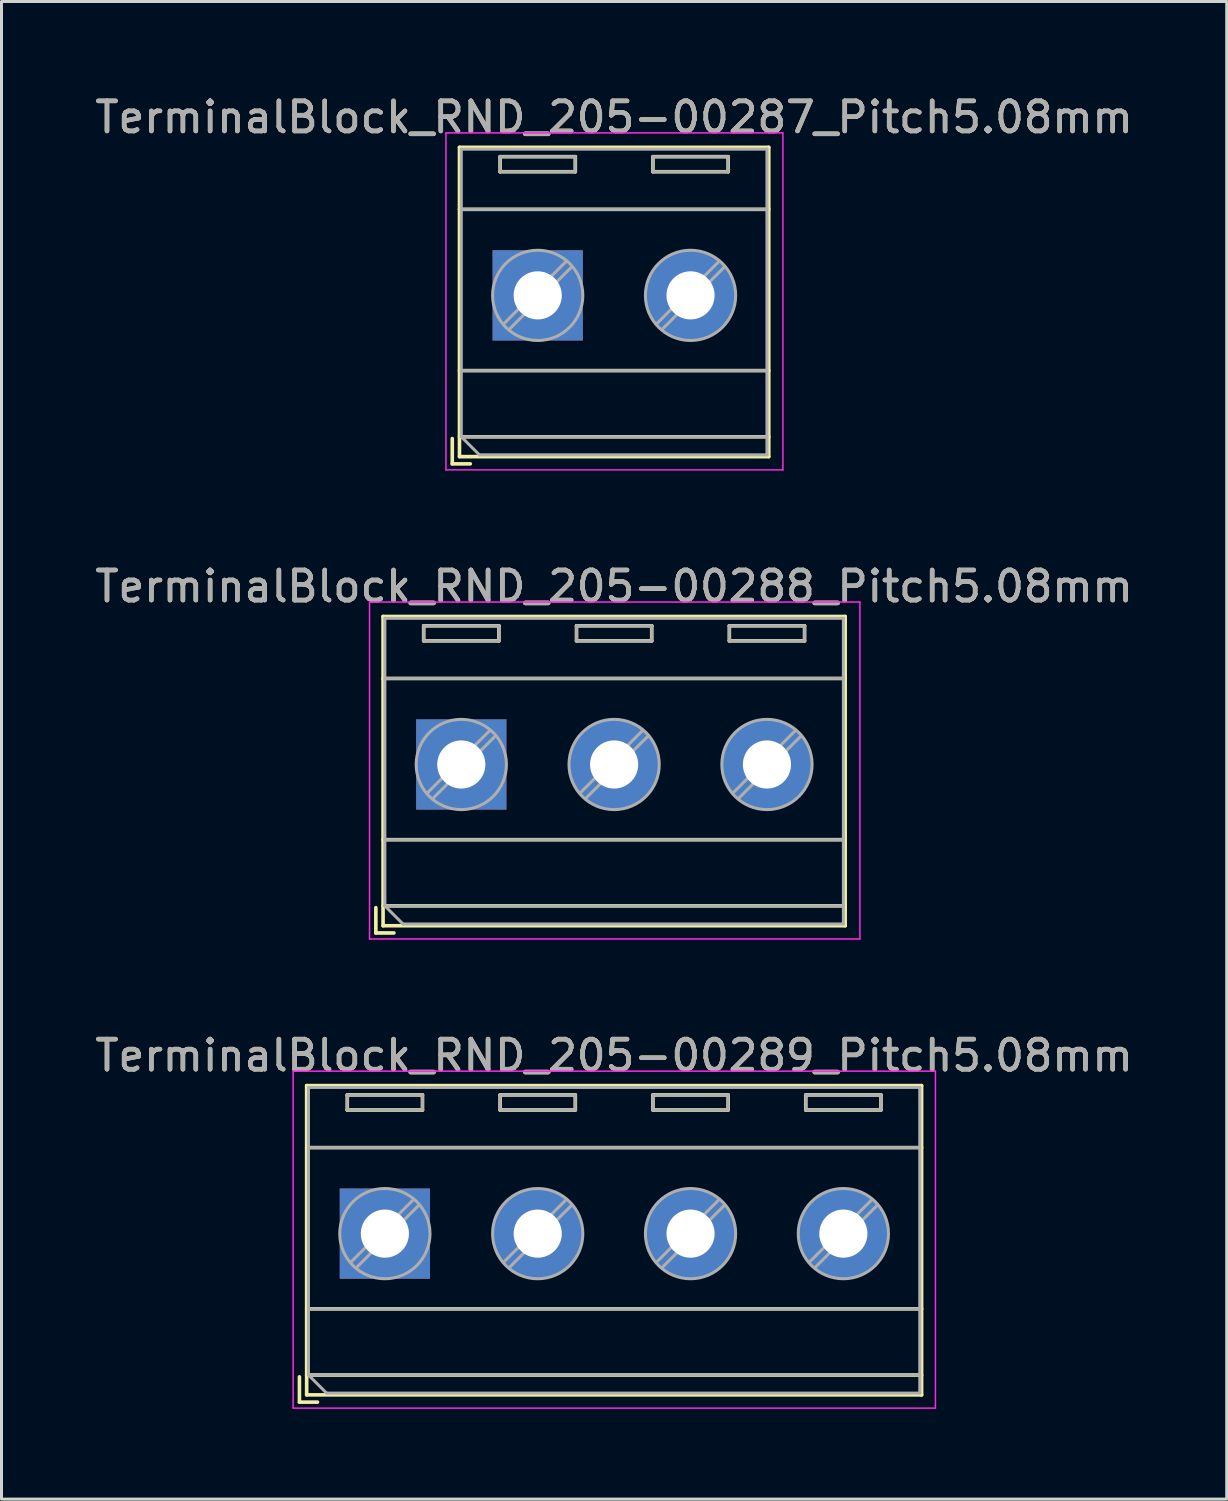
<source format=kicad_pcb>
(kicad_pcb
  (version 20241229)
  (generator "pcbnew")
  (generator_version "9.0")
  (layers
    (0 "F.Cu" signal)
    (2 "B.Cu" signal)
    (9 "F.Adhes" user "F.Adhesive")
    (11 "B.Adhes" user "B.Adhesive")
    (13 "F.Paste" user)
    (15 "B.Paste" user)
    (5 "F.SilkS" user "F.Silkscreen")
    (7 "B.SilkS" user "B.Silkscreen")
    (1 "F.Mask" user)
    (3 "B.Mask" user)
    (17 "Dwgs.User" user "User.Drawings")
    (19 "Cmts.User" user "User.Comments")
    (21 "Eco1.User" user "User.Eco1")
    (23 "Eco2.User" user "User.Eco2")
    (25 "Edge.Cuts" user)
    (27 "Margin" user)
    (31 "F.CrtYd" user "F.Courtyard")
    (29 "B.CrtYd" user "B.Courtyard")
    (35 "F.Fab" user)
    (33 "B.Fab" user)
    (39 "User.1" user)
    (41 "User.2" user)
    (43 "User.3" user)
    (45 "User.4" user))
  (footprint "TerminalBlock_RND_205-00289_Pitch5.08mm"
    (layer "F.Cu")
    (at 9.743 37.955)
    (property "Reference" "TerminalBlock_RND_205-00289_Pitch5.08mm" (at 7.62 -5.92 0) (layer "F.SilkS") (effects (font (size 1 1) (thickness 0.15))))
    (attr through_hole)
    (fp_line (start -2.84 4.76) (end -2.84 5.6) (stroke (width 0.12) (type solid)) (layer "F.SilkS"))
    (fp_line (start -2.84 5.6) (end -2.24 5.6) (stroke (width 0.12) (type solid)) (layer "F.SilkS"))
    (fp_line (start -2.6 -4.92) (end -2.6 5.36) (stroke (width 0.12) (type solid)) (layer "F.SilkS"))
    (fp_line (start -2.6 -2.86) (end 17.84 -2.86) (stroke (width 0.12) (type solid)) (layer "F.SilkS"))
    (fp_line (start -2.6 2.5) (end 17.84 2.5) (stroke (width 0.12) (type solid)) (layer "F.SilkS"))
    (fp_line (start -2.6 4.7) (end 17.84 4.7) (stroke (width 0.12) (type solid)) (layer "F.SilkS"))
    (fp_line (start -2.6 5.36) (end 17.84 5.36) (stroke (width 0.12) (type solid)) (layer "F.SilkS"))
    (fp_line (start -1.25 -4.61) (end -1.25 -4.11) (stroke (width 0.12) (type solid)) (layer "F.SilkS"))
    (fp_line (start -1.25 -4.61) (end 1.25 -4.61) (stroke (width 0.12) (type solid)) (layer "F.SilkS"))
    (fp_line (start -1.25 -4.11) (end 1.25 -4.11) (stroke (width 0.12) (type solid)) (layer "F.SilkS"))
    (fp_line (start 1.25 -4.61) (end 1.25 -4.11) (stroke (width 0.12) (type solid)) (layer "F.SilkS"))
    (fp_line (start 3.83 -4.61) (end 3.83 -4.11) (stroke (width 0.12) (type solid)) (layer "F.SilkS"))
    (fp_line (start 3.83 -4.61) (end 6.33 -4.61) (stroke (width 0.12) (type solid)) (layer "F.SilkS"))
    (fp_line (start 3.83 -4.11) (end 6.33 -4.11) (stroke (width 0.12) (type solid)) (layer "F.SilkS"))
    (fp_line (start 6.33 -4.61) (end 6.33 -4.11) (stroke (width 0.12) (type solid)) (layer "F.SilkS"))
    (fp_line (start 8.91 -4.61) (end 8.91 -4.11) (stroke (width 0.12) (type solid)) (layer "F.SilkS"))
    (fp_line (start 8.91 -4.61) (end 11.41 -4.61) (stroke (width 0.12) (type solid)) (layer "F.SilkS"))
    (fp_line (start 8.91 -4.11) (end 11.41 -4.11) (stroke (width 0.12) (type solid)) (layer "F.SilkS"))
    (fp_line (start 11.41 -4.61) (end 11.41 -4.11) (stroke (width 0.12) (type solid)) (layer "F.SilkS"))
    (fp_line (start 13.99 -4.61) (end 13.99 -4.11) (stroke (width 0.12) (type solid)) (layer "F.SilkS"))
    (fp_line (start 13.99 -4.61) (end 16.49 -4.61) (stroke (width 0.12) (type solid)) (layer "F.SilkS"))
    (fp_line (start 13.99 -4.11) (end 16.49 -4.11) (stroke (width 0.12) (type solid)) (layer "F.SilkS"))
    (fp_line (start 16.49 -4.61) (end 16.49 -4.11) (stroke (width 0.12) (type solid)) (layer "F.SilkS"))
    (fp_line (start 17.84 -4.92) (end -2.6 -4.92) (stroke (width 0.12) (type solid)) (layer "F.SilkS"))
    (fp_line (start 17.84 5.36) (end 17.84 -4.92) (stroke (width 0.12) (type solid)) (layer "F.SilkS"))
    (fp_line (start -3.05 -5.4) (end -3.05 5.8) (stroke (width 0.05) (type solid)) (layer "F.CrtYd"))
    (fp_line (start -3.05 5.8) (end 18.3 5.8) (stroke (width 0.05) (type solid)) (layer "F.CrtYd"))
    (fp_line (start 18.3 -5.4) (end -3.05 -5.4) (stroke (width 0.05) (type solid)) (layer "F.CrtYd"))
    (fp_line (start 18.3 5.8) (end 18.3 -5.4) (stroke (width 0.05) (type solid)) (layer "F.CrtYd"))
    (fp_line (start -2.54 -4.86) (end 17.78 -4.86) (stroke (width 0.1) (type solid)) (layer "F.Fab"))
    (fp_line (start -2.54 -2.86) (end 17.78 -2.86) (stroke (width 0.1) (type solid)) (layer "F.Fab"))
    (fp_line (start -2.54 2.5) (end 17.78 2.5) (stroke (width 0.1) (type solid)) (layer "F.Fab"))
    (fp_line (start -2.54 4.7) (end -2.54 -4.86) (stroke (width 0.1) (type solid)) (layer "F.Fab"))
    (fp_line (start -2.54 4.7) (end 17.78 4.7) (stroke (width 0.1) (type solid)) (layer "F.Fab"))
    (fp_line (start -1.94 5.3) (end -2.54 4.7) (stroke (width 0.1) (type solid)) (layer "F.Fab"))
    (fp_line (start -1.25 -4.61) (end -1.25 -4.11) (stroke (width 0.1) (type solid)) (layer "F.Fab"))
    (fp_line (start -1.25 -4.11) (end 1.25 -4.11) (stroke (width 0.1) (type solid)) (layer "F.Fab"))
    (fp_line (start 0.955 -1.138) (end -1.138 0.955) (stroke (width 0.1) (type solid)) (layer "F.Fab"))
    (fp_line (start 1.138 -0.955) (end -0.955 1.138) (stroke (width 0.1) (type solid)) (layer "F.Fab"))
    (fp_line (start 1.25 -4.61) (end -1.25 -4.61) (stroke (width 0.1) (type solid)) (layer "F.Fab"))
    (fp_line (start 1.25 -4.11) (end 1.25 -4.61) (stroke (width 0.1) (type solid)) (layer "F.Fab"))
    (fp_line (start 3.83 -4.61) (end 3.83 -4.11) (stroke (width 0.1) (type solid)) (layer "F.Fab"))
    (fp_line (start 3.83 -4.11) (end 6.33 -4.11) (stroke (width 0.1) (type solid)) (layer "F.Fab"))
    (fp_line (start 6.035 -1.138) (end 3.943 0.955) (stroke (width 0.1) (type solid)) (layer "F.Fab"))
    (fp_line (start 6.218 -0.955) (end 4.126 1.138) (stroke (width 0.1) (type solid)) (layer "F.Fab"))
    (fp_line (start 6.33 -4.61) (end 3.83 -4.61) (stroke (width 0.1) (type solid)) (layer "F.Fab"))
    (fp_line (start 6.33 -4.11) (end 6.33 -4.61) (stroke (width 0.1) (type solid)) (layer "F.Fab"))
    (fp_line (start 8.91 -4.61) (end 8.91 -4.11) (stroke (width 0.1) (type solid)) (layer "F.Fab"))
    (fp_line (start 8.91 -4.11) (end 11.41 -4.11) (stroke (width 0.1) (type solid)) (layer "F.Fab"))
    (fp_line (start 11.115 -1.138) (end 9.023 0.955) (stroke (width 0.1) (type solid)) (layer "F.Fab"))
    (fp_line (start 11.298 -0.955) (end 9.206 1.138) (stroke (width 0.1) (type solid)) (layer "F.Fab"))
    (fp_line (start 11.41 -4.61) (end 8.91 -4.61) (stroke (width 0.1) (type solid)) (layer "F.Fab"))
    (fp_line (start 11.41 -4.11) (end 11.41 -4.61) (stroke (width 0.1) (type solid)) (layer "F.Fab"))
    (fp_line (start 13.99 -4.61) (end 13.99 -4.11) (stroke (width 0.1) (type solid)) (layer "F.Fab"))
    (fp_line (start 13.99 -4.11) (end 16.49 -4.11) (stroke (width 0.1) (type solid)) (layer "F.Fab"))
    (fp_line (start 16.195 -1.138) (end 14.103 0.955) (stroke (width 0.1) (type solid)) (layer "F.Fab"))
    (fp_line (start 16.378 -0.955) (end 14.286 1.138) (stroke (width 0.1) (type solid)) (layer "F.Fab"))
    (fp_line (start 16.49 -4.61) (end 13.99 -4.61) (stroke (width 0.1) (type solid)) (layer "F.Fab"))
    (fp_line (start 16.49 -4.11) (end 16.49 -4.61) (stroke (width 0.1) (type solid)) (layer "F.Fab"))
    (fp_line (start 17.78 -4.86) (end 17.78 5.3) (stroke (width 0.1) (type solid)) (layer "F.Fab"))
    (fp_line (start 17.78 5.3) (end -1.94 5.3) (stroke (width 0.1) (type solid)) (layer "F.Fab"))
    (fp_circle (center 0 0) (end 1.5 0) (stroke (width 0.1) (type solid)) (fill no) (layer "F.Fab"))
    (fp_circle (center 5.08 0) (end 6.58 0) (stroke (width 0.1) (type solid)) (fill no) (layer "F.Fab"))
    (fp_circle (center 10.16 0) (end 11.66 0) (stroke (width 0.1) (type solid)) (fill no) (layer "F.Fab"))
    (fp_circle (center 15.24 0) (end 16.74 0) (stroke (width 0.1) (type solid)) (fill no) (layer "F.Fab"))
    (fp_text user "${REFERENCE}" (at 7.62 -5.92 0) (layer "F.Fab") (effects (font (size 1 1) (thickness 0.15))))
    (pad "1" thru_hole rect (at 0 0) (size 3 3) (drill 1.6) (layers "*.Cu" "*.Mask"))
    (pad "2" thru_hole circle (at 5.08 0) (size 3 3) (drill 1.6) (layers "*.Cu" "*.Mask"))
    (pad "3" thru_hole circle (at 10.16 0) (size 3 3) (drill 1.6) (layers "*.Cu" "*.Mask"))
    (pad "4" thru_hole circle (at 15.24 0) (size 3 3) (drill 1.6) (layers "*.Cu" "*.Mask")))
  (footprint "TerminalBlock_RND_205-00287_Pitch5.08mm"
    (layer "F.Cu")
    (at 14.823 6.768)
    (property "Reference" "TerminalBlock_RND_205-00287_Pitch5.08mm" (at 2.54 -5.92 0) (layer "F.SilkS") (effects (font (size 1 1) (thickness 0.15))))
    (attr through_hole)
    (fp_line (start -2.84 4.76) (end -2.84 5.6) (stroke (width 0.12) (type solid)) (layer "F.SilkS"))
    (fp_line (start -2.84 5.6) (end -2.24 5.6) (stroke (width 0.12) (type solid)) (layer "F.SilkS"))
    (fp_line (start -2.6 -4.92) (end -2.6 5.36) (stroke (width 0.12) (type solid)) (layer "F.SilkS"))
    (fp_line (start -2.6 -2.86) (end 7.68 -2.86) (stroke (width 0.12) (type solid)) (layer "F.SilkS"))
    (fp_line (start -2.6 2.5) (end 7.68 2.5) (stroke (width 0.12) (type solid)) (layer "F.SilkS"))
    (fp_line (start -2.6 4.7) (end 7.68 4.7) (stroke (width 0.12) (type solid)) (layer "F.SilkS"))
    (fp_line (start -2.6 5.36) (end 7.68 5.36) (stroke (width 0.12) (type solid)) (layer "F.SilkS"))
    (fp_line (start -1.25 -4.61) (end -1.25 -4.11) (stroke (width 0.12) (type solid)) (layer "F.SilkS"))
    (fp_line (start -1.25 -4.61) (end 1.25 -4.61) (stroke (width 0.12) (type solid)) (layer "F.SilkS"))
    (fp_line (start -1.25 -4.11) (end 1.25 -4.11) (stroke (width 0.12) (type solid)) (layer "F.SilkS"))
    (fp_line (start 1.25 -4.61) (end 1.25 -4.11) (stroke (width 0.12) (type solid)) (layer "F.SilkS"))
    (fp_line (start 3.83 -4.61) (end 3.83 -4.11) (stroke (width 0.12) (type solid)) (layer "F.SilkS"))
    (fp_line (start 3.83 -4.61) (end 6.33 -4.61) (stroke (width 0.12) (type solid)) (layer "F.SilkS"))
    (fp_line (start 3.83 -4.11) (end 6.33 -4.11) (stroke (width 0.12) (type solid)) (layer "F.SilkS"))
    (fp_line (start 6.33 -4.61) (end 6.33 -4.11) (stroke (width 0.12) (type solid)) (layer "F.SilkS"))
    (fp_line (start 7.68 -4.92) (end -2.6 -4.92) (stroke (width 0.12) (type solid)) (layer "F.SilkS"))
    (fp_line (start 7.68 5.36) (end 7.68 -4.92) (stroke (width 0.12) (type solid)) (layer "F.SilkS"))
    (fp_line (start -3.05 -5.4) (end -3.05 5.8) (stroke (width 0.05) (type solid)) (layer "F.CrtYd"))
    (fp_line (start -3.05 5.8) (end 8.15 5.8) (stroke (width 0.05) (type solid)) (layer "F.CrtYd"))
    (fp_line (start 8.15 -5.4) (end -3.05 -5.4) (stroke (width 0.05) (type solid)) (layer "F.CrtYd"))
    (fp_line (start 8.15 5.8) (end 8.15 -5.4) (stroke (width 0.05) (type solid)) (layer "F.CrtYd"))
    (fp_line (start -2.54 -4.86) (end 7.62 -4.86) (stroke (width 0.1) (type solid)) (layer "F.Fab"))
    (fp_line (start -2.54 -2.86) (end 7.62 -2.86) (stroke (width 0.1) (type solid)) (layer "F.Fab"))
    (fp_line (start -2.54 2.5) (end 7.62 2.5) (stroke (width 0.1) (type solid)) (layer "F.Fab"))
    (fp_line (start -2.54 4.7) (end -2.54 -4.86) (stroke (width 0.1) (type solid)) (layer "F.Fab"))
    (fp_line (start -2.54 4.7) (end 7.62 4.7) (stroke (width 0.1) (type solid)) (layer "F.Fab"))
    (fp_line (start -1.94 5.3) (end -2.54 4.7) (stroke (width 0.1) (type solid)) (layer "F.Fab"))
    (fp_line (start -1.25 -4.61) (end -1.25 -4.11) (stroke (width 0.1) (type solid)) (layer "F.Fab"))
    (fp_line (start -1.25 -4.11) (end 1.25 -4.11) (stroke (width 0.1) (type solid)) (layer "F.Fab"))
    (fp_line (start 0.955 -1.138) (end -1.138 0.955) (stroke (width 0.1) (type solid)) (layer "F.Fab"))
    (fp_line (start 1.138 -0.955) (end -0.955 1.138) (stroke (width 0.1) (type solid)) (layer "F.Fab"))
    (fp_line (start 1.25 -4.61) (end -1.25 -4.61) (stroke (width 0.1) (type solid)) (layer "F.Fab"))
    (fp_line (start 1.25 -4.11) (end 1.25 -4.61) (stroke (width 0.1) (type solid)) (layer "F.Fab"))
    (fp_line (start 3.83 -4.61) (end 3.83 -4.11) (stroke (width 0.1) (type solid)) (layer "F.Fab"))
    (fp_line (start 3.83 -4.11) (end 6.33 -4.11) (stroke (width 0.1) (type solid)) (layer "F.Fab"))
    (fp_line (start 6.035 -1.138) (end 3.943 0.955) (stroke (width 0.1) (type solid)) (layer "F.Fab"))
    (fp_line (start 6.218 -0.955) (end 4.126 1.138) (stroke (width 0.1) (type solid)) (layer "F.Fab"))
    (fp_line (start 6.33 -4.61) (end 3.83 -4.61) (stroke (width 0.1) (type solid)) (layer "F.Fab"))
    (fp_line (start 6.33 -4.11) (end 6.33 -4.61) (stroke (width 0.1) (type solid)) (layer "F.Fab"))
    (fp_line (start 7.62 -4.86) (end 7.62 5.3) (stroke (width 0.1) (type solid)) (layer "F.Fab"))
    (fp_line (start 7.62 5.3) (end -1.94 5.3) (stroke (width 0.1) (type solid)) (layer "F.Fab"))
    (fp_circle (center 0 0) (end 1.5 0) (stroke (width 0.1) (type solid)) (fill no) (layer "F.Fab"))
    (fp_circle (center 5.08 0) (end 6.58 0) (stroke (width 0.1) (type solid)) (fill no) (layer "F.Fab"))
    (fp_text user "${REFERENCE}" (at 2.54 -5.92 0) (layer "F.Fab") (effects (font (size 1 1) (thickness 0.15))))
    (pad "1" thru_hole rect (at 0 0) (size 3 3) (drill 1.6) (layers "*.Cu" "*.Mask"))
    (pad "2" thru_hole circle (at 5.08 0) (size 3 3) (drill 1.6) (layers "*.Cu" "*.Mask")))
  (footprint "TerminalBlock_RND_205-00288_Pitch5.08mm"
    (layer "F.Cu")
    (at 12.283 22.361)
    (property "Reference" "TerminalBlock_RND_205-00288_Pitch5.08mm" (at 5.08 -5.92 0) (layer "F.SilkS") (effects (font (size 1 1) (thickness 0.15))))
    (attr through_hole)
    (fp_line (start -2.84 4.76) (end -2.84 5.6) (stroke (width 0.12) (type solid)) (layer "F.SilkS"))
    (fp_line (start -2.84 5.6) (end -2.24 5.6) (stroke (width 0.12) (type solid)) (layer "F.SilkS"))
    (fp_line (start -2.6 -4.92) (end -2.6 5.36) (stroke (width 0.12) (type solid)) (layer "F.SilkS"))
    (fp_line (start -2.6 -2.86) (end 12.76 -2.86) (stroke (width 0.12) (type solid)) (layer "F.SilkS"))
    (fp_line (start -2.6 2.5) (end 12.76 2.5) (stroke (width 0.12) (type solid)) (layer "F.SilkS"))
    (fp_line (start -2.6 4.7) (end 12.76 4.7) (stroke (width 0.12) (type solid)) (layer "F.SilkS"))
    (fp_line (start -2.6 5.36) (end 12.76 5.36) (stroke (width 0.12) (type solid)) (layer "F.SilkS"))
    (fp_line (start -1.25 -4.61) (end -1.25 -4.11) (stroke (width 0.12) (type solid)) (layer "F.SilkS"))
    (fp_line (start -1.25 -4.61) (end 1.25 -4.61) (stroke (width 0.12) (type solid)) (layer "F.SilkS"))
    (fp_line (start -1.25 -4.11) (end 1.25 -4.11) (stroke (width 0.12) (type solid)) (layer "F.SilkS"))
    (fp_line (start 1.25 -4.61) (end 1.25 -4.11) (stroke (width 0.12) (type solid)) (layer "F.SilkS"))
    (fp_line (start 3.83 -4.61) (end 3.83 -4.11) (stroke (width 0.12) (type solid)) (layer "F.SilkS"))
    (fp_line (start 3.83 -4.61) (end 6.33 -4.61) (stroke (width 0.12) (type solid)) (layer "F.SilkS"))
    (fp_line (start 3.83 -4.11) (end 6.33 -4.11) (stroke (width 0.12) (type solid)) (layer "F.SilkS"))
    (fp_line (start 6.33 -4.61) (end 6.33 -4.11) (stroke (width 0.12) (type solid)) (layer "F.SilkS"))
    (fp_line (start 8.91 -4.61) (end 8.91 -4.11) (stroke (width 0.12) (type solid)) (layer "F.SilkS"))
    (fp_line (start 8.91 -4.61) (end 11.41 -4.61) (stroke (width 0.12) (type solid)) (layer "F.SilkS"))
    (fp_line (start 8.91 -4.11) (end 11.41 -4.11) (stroke (width 0.12) (type solid)) (layer "F.SilkS"))
    (fp_line (start 11.41 -4.61) (end 11.41 -4.11) (stroke (width 0.12) (type solid)) (layer "F.SilkS"))
    (fp_line (start 12.76 -4.92) (end -2.6 -4.92) (stroke (width 0.12) (type solid)) (layer "F.SilkS"))
    (fp_line (start 12.76 5.36) (end 12.76 -4.92) (stroke (width 0.12) (type solid)) (layer "F.SilkS"))
    (fp_line (start -3.05 -5.4) (end -3.05 5.8) (stroke (width 0.05) (type solid)) (layer "F.CrtYd"))
    (fp_line (start -3.05 5.8) (end 13.25 5.8) (stroke (width 0.05) (type solid)) (layer "F.CrtYd"))
    (fp_line (start 13.25 -5.4) (end -3.05 -5.4) (stroke (width 0.05) (type solid)) (layer "F.CrtYd"))
    (fp_line (start 13.25 5.8) (end 13.25 -5.4) (stroke (width 0.05) (type solid)) (layer "F.CrtYd"))
    (fp_line (start -2.54 -4.86) (end 12.7 -4.86) (stroke (width 0.1) (type solid)) (layer "F.Fab"))
    (fp_line (start -2.54 -2.86) (end 12.7 -2.86) (stroke (width 0.1) (type solid)) (layer "F.Fab"))
    (fp_line (start -2.54 2.5) (end 12.7 2.5) (stroke (width 0.1) (type solid)) (layer "F.Fab"))
    (fp_line (start -2.54 4.7) (end -2.54 -4.86) (stroke (width 0.1) (type solid)) (layer "F.Fab"))
    (fp_line (start -2.54 4.7) (end 12.7 4.7) (stroke (width 0.1) (type solid)) (layer "F.Fab"))
    (fp_line (start -1.94 5.3) (end -2.54 4.7) (stroke (width 0.1) (type solid)) (layer "F.Fab"))
    (fp_line (start -1.25 -4.61) (end -1.25 -4.11) (stroke (width 0.1) (type solid)) (layer "F.Fab"))
    (fp_line (start -1.25 -4.11) (end 1.25 -4.11) (stroke (width 0.1) (type solid)) (layer "F.Fab"))
    (fp_line (start 0.955 -1.138) (end -1.138 0.955) (stroke (width 0.1) (type solid)) (layer "F.Fab"))
    (fp_line (start 1.138 -0.955) (end -0.955 1.138) (stroke (width 0.1) (type solid)) (layer "F.Fab"))
    (fp_line (start 1.25 -4.61) (end -1.25 -4.61) (stroke (width 0.1) (type solid)) (layer "F.Fab"))
    (fp_line (start 1.25 -4.11) (end 1.25 -4.61) (stroke (width 0.1) (type solid)) (layer "F.Fab"))
    (fp_line (start 3.83 -4.61) (end 3.83 -4.11) (stroke (width 0.1) (type solid)) (layer "F.Fab"))
    (fp_line (start 3.83 -4.11) (end 6.33 -4.11) (stroke (width 0.1) (type solid)) (layer "F.Fab"))
    (fp_line (start 6.035 -1.138) (end 3.943 0.955) (stroke (width 0.1) (type solid)) (layer "F.Fab"))
    (fp_line (start 6.218 -0.955) (end 4.126 1.138) (stroke (width 0.1) (type solid)) (layer "F.Fab"))
    (fp_line (start 6.33 -4.61) (end 3.83 -4.61) (stroke (width 0.1) (type solid)) (layer "F.Fab"))
    (fp_line (start 6.33 -4.11) (end 6.33 -4.61) (stroke (width 0.1) (type solid)) (layer "F.Fab"))
    (fp_line (start 8.91 -4.61) (end 8.91 -4.11) (stroke (width 0.1) (type solid)) (layer "F.Fab"))
    (fp_line (start 8.91 -4.11) (end 11.41 -4.11) (stroke (width 0.1) (type solid)) (layer "F.Fab"))
    (fp_line (start 11.115 -1.138) (end 9.023 0.955) (stroke (width 0.1) (type solid)) (layer "F.Fab"))
    (fp_line (start 11.298 -0.955) (end 9.206 1.138) (stroke (width 0.1) (type solid)) (layer "F.Fab"))
    (fp_line (start 11.41 -4.61) (end 8.91 -4.61) (stroke (width 0.1) (type solid)) (layer "F.Fab"))
    (fp_line (start 11.41 -4.11) (end 11.41 -4.61) (stroke (width 0.1) (type solid)) (layer "F.Fab"))
    (fp_line (start 12.7 -4.86) (end 12.7 5.3) (stroke (width 0.1) (type solid)) (layer "F.Fab"))
    (fp_line (start 12.7 5.3) (end -1.94 5.3) (stroke (width 0.1) (type solid)) (layer "F.Fab"))
    (fp_circle (center 0 0) (end 1.5 0) (stroke (width 0.1) (type solid)) (fill no) (layer "F.Fab"))
    (fp_circle (center 5.08 0) (end 6.58 0) (stroke (width 0.1) (type solid)) (fill no) (layer "F.Fab"))
    (fp_circle (center 10.16 0) (end 11.66 0) (stroke (width 0.1) (type solid)) (fill no) (layer "F.Fab"))
    (fp_text user "${REFERENCE}" (at 5.08 -5.92 0) (layer "F.Fab") (effects (font (size 1 1) (thickness 0.15))))
    (pad "1" thru_hole rect (at 0 0) (size 3 3) (drill 1.6) (layers "*.Cu" "*.Mask"))
    (pad "2" thru_hole circle (at 5.08 0) (size 3 3) (drill 1.6) (layers "*.Cu" "*.Mask"))
    (pad "3" thru_hole circle (at 10.16 0) (size 3 3) (drill 1.6) (layers "*.Cu" "*.Mask")))
  (gr_rect
    (start -3 -3)
    (end 37.726 46.78)
    (stroke (width 0.1) (type default))
    (fill no)
    (layer "Edge.Cuts")))
</source>
